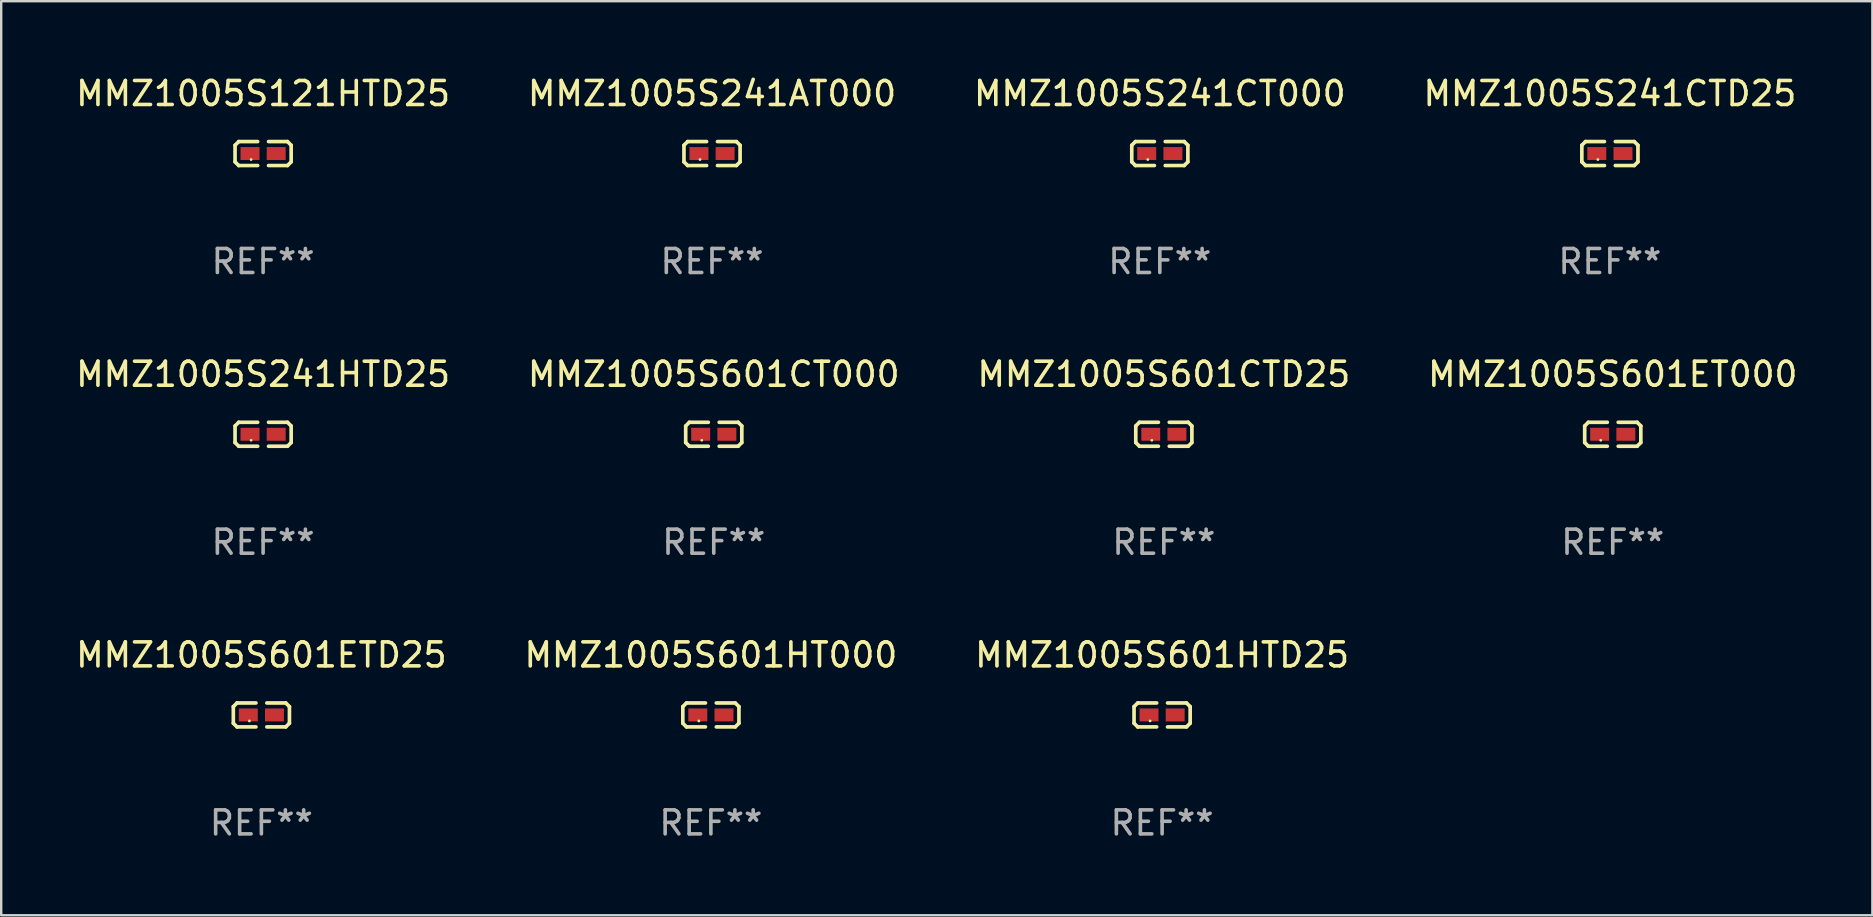
<source format=kicad_pcb>
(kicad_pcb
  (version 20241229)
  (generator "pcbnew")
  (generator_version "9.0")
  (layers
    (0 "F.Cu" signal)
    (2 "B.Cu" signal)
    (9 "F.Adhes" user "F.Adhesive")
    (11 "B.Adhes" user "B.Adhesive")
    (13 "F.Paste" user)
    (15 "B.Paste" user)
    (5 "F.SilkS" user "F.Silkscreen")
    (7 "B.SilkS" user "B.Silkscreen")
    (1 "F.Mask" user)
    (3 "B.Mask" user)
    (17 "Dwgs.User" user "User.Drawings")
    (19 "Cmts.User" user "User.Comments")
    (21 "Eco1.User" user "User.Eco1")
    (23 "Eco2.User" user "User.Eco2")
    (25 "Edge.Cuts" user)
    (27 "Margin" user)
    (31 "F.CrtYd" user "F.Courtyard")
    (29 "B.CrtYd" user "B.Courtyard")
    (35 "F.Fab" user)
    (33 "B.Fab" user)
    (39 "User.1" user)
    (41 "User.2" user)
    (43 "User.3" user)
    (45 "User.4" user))
  (footprint "MMZ1005S241HTD25"
    (layer "F.Cu")
    (at 7.911 15.041)
    (property "Reference" "MMZ1005S241HTD25" (at 0 -2.499 0) (layer "F.SilkS") (effects (font (size 1 1) (thickness 0.15))))
    (attr through_hole)
    (fp_line (start -1.169 -0.346) (end -1.016 -0.499) (stroke (width 0.152) (type solid)) (layer "F.SilkS"))
    (fp_line (start -1.169 0.346) (end -1.169 -0.346) (stroke (width 0.152) (type solid)) (layer "F.SilkS"))
    (fp_line (start -1.016 -0.499) (end -0.226 -0.499) (stroke (width 0.152) (type solid)) (layer "F.SilkS"))
    (fp_line (start -1.016 0.499) (end -1.169 0.346) (stroke (width 0.152) (type solid)) (layer "F.SilkS"))
    (fp_line (start -0.226 0.499) (end -1.016 0.499) (stroke (width 0.152) (type solid)) (layer "F.SilkS"))
    (fp_line (start 0.226 0.499) (end 1.016 0.499) (stroke (width 0.152) (type solid)) (layer "F.SilkS"))
    (fp_line (start 1.016 -0.499) (end 0.226 -0.499) (stroke (width 0.152) (type solid)) (layer "F.SilkS"))
    (fp_line (start 1.016 0.499) (end 1.169 0.346) (stroke (width 0.152) (type solid)) (layer "F.SilkS"))
    (fp_line (start 1.169 -0.346) (end 1.016 -0.499) (stroke (width 0.152) (type solid)) (layer "F.SilkS"))
    (fp_line (start 1.169 0.346) (end 1.169 -0.346) (stroke (width 0.152) (type solid)) (layer "F.SilkS"))
    (fp_circle (center -0.5 0.25) (end -0.47 0.25) (stroke (width 0.06) (type solid)) (fill no) (layer "F.SilkS"))
    (fp_text user "REF**" (at 0 4.499 0) (layer "F.Fab") (effects (font (size 1 1) (thickness 0.15))))
    (pad "1" smd rect (at -0.545 0) (size 0.79 0.54) (layers "F.Cu" "F.Mask" "F.Paste"))
    (pad "2" smd rect (at 0.545 0) (size 0.79 0.54) (layers "F.Cu" "F.Mask" "F.Paste")))
  (footprint "MMZ1005S601CT000"
    (layer "F.Cu")
    (at 26.685 15.041)
    (property "Reference" "MMZ1005S601CT000" (at 0 -2.499 0) (layer "F.SilkS") (effects (font (size 1 1) (thickness 0.15))))
    (attr through_hole)
    (fp_line (start -1.169 -0.346) (end -1.016 -0.499) (stroke (width 0.152) (type solid)) (layer "F.SilkS"))
    (fp_line (start -1.169 0.346) (end -1.169 -0.346) (stroke (width 0.152) (type solid)) (layer "F.SilkS"))
    (fp_line (start -1.016 -0.499) (end -0.226 -0.499) (stroke (width 0.152) (type solid)) (layer "F.SilkS"))
    (fp_line (start -1.016 0.499) (end -1.169 0.346) (stroke (width 0.152) (type solid)) (layer "F.SilkS"))
    (fp_line (start -0.226 0.499) (end -1.016 0.499) (stroke (width 0.152) (type solid)) (layer "F.SilkS"))
    (fp_line (start 0.226 0.499) (end 1.016 0.499) (stroke (width 0.152) (type solid)) (layer "F.SilkS"))
    (fp_line (start 1.016 -0.499) (end 0.226 -0.499) (stroke (width 0.152) (type solid)) (layer "F.SilkS"))
    (fp_line (start 1.016 0.499) (end 1.169 0.346) (stroke (width 0.152) (type solid)) (layer "F.SilkS"))
    (fp_line (start 1.169 -0.346) (end 1.016 -0.499) (stroke (width 0.152) (type solid)) (layer "F.SilkS"))
    (fp_line (start 1.169 0.346) (end 1.169 -0.346) (stroke (width 0.152) (type solid)) (layer "F.SilkS"))
    (fp_circle (center -0.5 0.25) (end -0.47 0.25) (stroke (width 0.06) (type solid)) (fill no) (layer "F.SilkS"))
    (fp_text user "REF**" (at 0 4.499 0) (layer "F.Fab") (effects (font (size 1 1) (thickness 0.15))))
    (pad "1" smd rect (at -0.545 0) (size 0.79 0.54) (layers "F.Cu" "F.Mask" "F.Paste"))
    (pad "2" smd rect (at 0.545 0) (size 0.79 0.54) (layers "F.Cu" "F.Mask" "F.Paste")))
  (footprint "MMZ1005S601ET000"
    (layer "F.Cu")
    (at 64.137 15.041)
    (property "Reference" "MMZ1005S601ET000" (at 0 -2.499 0) (layer "F.SilkS") (effects (font (size 1 1) (thickness 0.15))))
    (attr through_hole)
    (fp_line (start -1.169 -0.346) (end -1.016 -0.499) (stroke (width 0.152) (type solid)) (layer "F.SilkS"))
    (fp_line (start -1.169 0.346) (end -1.169 -0.346) (stroke (width 0.152) (type solid)) (layer "F.SilkS"))
    (fp_line (start -1.016 -0.499) (end -0.226 -0.499) (stroke (width 0.152) (type solid)) (layer "F.SilkS"))
    (fp_line (start -1.016 0.499) (end -1.169 0.346) (stroke (width 0.152) (type solid)) (layer "F.SilkS"))
    (fp_line (start -0.226 0.499) (end -1.016 0.499) (stroke (width 0.152) (type solid)) (layer "F.SilkS"))
    (fp_line (start 0.226 0.499) (end 1.016 0.499) (stroke (width 0.152) (type solid)) (layer "F.SilkS"))
    (fp_line (start 1.016 -0.499) (end 0.226 -0.499) (stroke (width 0.152) (type solid)) (layer "F.SilkS"))
    (fp_line (start 1.016 0.499) (end 1.169 0.346) (stroke (width 0.152) (type solid)) (layer "F.SilkS"))
    (fp_line (start 1.169 -0.346) (end 1.016 -0.499) (stroke (width 0.152) (type solid)) (layer "F.SilkS"))
    (fp_line (start 1.169 0.346) (end 1.169 -0.346) (stroke (width 0.152) (type solid)) (layer "F.SilkS"))
    (fp_circle (center -0.5 0.25) (end -0.47 0.25) (stroke (width 0.06) (type solid)) (fill no) (layer "F.SilkS"))
    (fp_text user "REF**" (at 0 4.499 0) (layer "F.Fab") (effects (font (size 1 1) (thickness 0.15))))
    (pad "1" smd rect (at -0.545 0) (size 0.79 0.54) (layers "F.Cu" "F.Mask" "F.Paste"))
    (pad "2" smd rect (at 0.545 0) (size 0.79 0.54) (layers "F.Cu" "F.Mask" "F.Paste")))
  (footprint "MMZ1005S121HTD25"
    (layer "F.Cu")
    (at 7.911 3.347)
    (property "Reference" "MMZ1005S121HTD25" (at 0 -2.499 0) (layer "F.SilkS") (effects (font (size 1 1) (thickness 0.15))))
    (attr through_hole)
    (fp_line (start -1.169 -0.346) (end -1.016 -0.499) (stroke (width 0.152) (type solid)) (layer "F.SilkS"))
    (fp_line (start -1.169 0.346) (end -1.169 -0.346) (stroke (width 0.152) (type solid)) (layer "F.SilkS"))
    (fp_line (start -1.016 -0.499) (end -0.226 -0.499) (stroke (width 0.152) (type solid)) (layer "F.SilkS"))
    (fp_line (start -1.016 0.499) (end -1.169 0.346) (stroke (width 0.152) (type solid)) (layer "F.SilkS"))
    (fp_line (start -0.226 0.499) (end -1.016 0.499) (stroke (width 0.152) (type solid)) (layer "F.SilkS"))
    (fp_line (start 0.226 0.499) (end 1.016 0.499) (stroke (width 0.152) (type solid)) (layer "F.SilkS"))
    (fp_line (start 1.016 -0.499) (end 0.226 -0.499) (stroke (width 0.152) (type solid)) (layer "F.SilkS"))
    (fp_line (start 1.016 0.499) (end 1.169 0.346) (stroke (width 0.152) (type solid)) (layer "F.SilkS"))
    (fp_line (start 1.169 -0.346) (end 1.016 -0.499) (stroke (width 0.152) (type solid)) (layer "F.SilkS"))
    (fp_line (start 1.169 0.346) (end 1.169 -0.346) (stroke (width 0.152) (type solid)) (layer "F.SilkS"))
    (fp_circle (center -0.5 0.25) (end -0.47 0.25) (stroke (width 0.06) (type solid)) (fill no) (layer "F.SilkS"))
    (fp_text user "REF**" (at 0 4.499 0) (layer "F.Fab") (effects (font (size 1 1) (thickness 0.15))))
    (pad "1" smd rect (at -0.545 0) (size 0.79 0.54) (layers "F.Cu" "F.Mask" "F.Paste"))
    (pad "2" smd rect (at 0.545 0) (size 0.79 0.54) (layers "F.Cu" "F.Mask" "F.Paste")))
  (footprint "MMZ1005S241AT000"
    (layer "F.Cu")
    (at 26.613 3.347)
    (property "Reference" "MMZ1005S241AT000" (at 0 -2.499 0) (layer "F.SilkS") (effects (font (size 1 1) (thickness 0.15))))
    (attr through_hole)
    (fp_line (start -1.169 -0.346) (end -1.016 -0.499) (stroke (width 0.152) (type solid)) (layer "F.SilkS"))
    (fp_line (start -1.169 0.346) (end -1.169 -0.346) (stroke (width 0.152) (type solid)) (layer "F.SilkS"))
    (fp_line (start -1.016 -0.499) (end -0.226 -0.499) (stroke (width 0.152) (type solid)) (layer "F.SilkS"))
    (fp_line (start -1.016 0.499) (end -1.169 0.346) (stroke (width 0.152) (type solid)) (layer "F.SilkS"))
    (fp_line (start -0.226 0.499) (end -1.016 0.499) (stroke (width 0.152) (type solid)) (layer "F.SilkS"))
    (fp_line (start 0.226 0.499) (end 1.016 0.499) (stroke (width 0.152) (type solid)) (layer "F.SilkS"))
    (fp_line (start 1.016 -0.499) (end 0.226 -0.499) (stroke (width 0.152) (type solid)) (layer "F.SilkS"))
    (fp_line (start 1.016 0.499) (end 1.169 0.346) (stroke (width 0.152) (type solid)) (layer "F.SilkS"))
    (fp_line (start 1.169 -0.346) (end 1.016 -0.499) (stroke (width 0.152) (type solid)) (layer "F.SilkS"))
    (fp_line (start 1.169 0.346) (end 1.169 -0.346) (stroke (width 0.152) (type solid)) (layer "F.SilkS"))
    (fp_circle (center -0.5 0.25) (end -0.47 0.25) (stroke (width 0.06) (type solid)) (fill no) (layer "F.SilkS"))
    (fp_text user "REF**" (at 0 4.499 0) (layer "F.Fab") (effects (font (size 1 1) (thickness 0.15))))
    (pad "1" smd rect (at -0.545 0) (size 0.79 0.54) (layers "F.Cu" "F.Mask" "F.Paste"))
    (pad "2" smd rect (at 0.545 0) (size 0.79 0.54) (layers "F.Cu" "F.Mask" "F.Paste")))
  (footprint "MMZ1005S241CTD25"
    (layer "F.Cu")
    (at 64.018 3.347)
    (property "Reference" "MMZ1005S241CTD25" (at 0 -2.499 0) (layer "F.SilkS") (effects (font (size 1 1) (thickness 0.15))))
    (attr through_hole)
    (fp_line (start -1.169 -0.346) (end -1.016 -0.499) (stroke (width 0.152) (type solid)) (layer "F.SilkS"))
    (fp_line (start -1.169 0.346) (end -1.169 -0.346) (stroke (width 0.152) (type solid)) (layer "F.SilkS"))
    (fp_line (start -1.016 -0.499) (end -0.226 -0.499) (stroke (width 0.152) (type solid)) (layer "F.SilkS"))
    (fp_line (start -1.016 0.499) (end -1.169 0.346) (stroke (width 0.152) (type solid)) (layer "F.SilkS"))
    (fp_line (start -0.226 0.499) (end -1.016 0.499) (stroke (width 0.152) (type solid)) (layer "F.SilkS"))
    (fp_line (start 0.226 0.499) (end 1.016 0.499) (stroke (width 0.152) (type solid)) (layer "F.SilkS"))
    (fp_line (start 1.016 -0.499) (end 0.226 -0.499) (stroke (width 0.152) (type solid)) (layer "F.SilkS"))
    (fp_line (start 1.016 0.499) (end 1.169 0.346) (stroke (width 0.152) (type solid)) (layer "F.SilkS"))
    (fp_line (start 1.169 -0.346) (end 1.016 -0.499) (stroke (width 0.152) (type solid)) (layer "F.SilkS"))
    (fp_line (start 1.169 0.346) (end 1.169 -0.346) (stroke (width 0.152) (type solid)) (layer "F.SilkS"))
    (fp_circle (center -0.5 0.25) (end -0.47 0.25) (stroke (width 0.06) (type solid)) (fill no) (layer "F.SilkS"))
    (fp_text user "REF**" (at 0 4.499 0) (layer "F.Fab") (effects (font (size 1 1) (thickness 0.15))))
    (pad "1" smd rect (at -0.545 0) (size 0.79 0.54) (layers "F.Cu" "F.Mask" "F.Paste"))
    (pad "2" smd rect (at 0.545 0) (size 0.79 0.54) (layers "F.Cu" "F.Mask" "F.Paste")))
  (footprint "MMZ1005S601HTD25"
    (layer "F.Cu")
    (at 45.363 26.734)
    (property "Reference" "MMZ1005S601HTD25" (at 0 -2.499 0) (layer "F.SilkS") (effects (font (size 1 1) (thickness 0.15))))
    (attr through_hole)
    (fp_line (start -1.169 -0.346) (end -1.016 -0.499) (stroke (width 0.152) (type solid)) (layer "F.SilkS"))
    (fp_line (start -1.169 0.346) (end -1.169 -0.346) (stroke (width 0.152) (type solid)) (layer "F.SilkS"))
    (fp_line (start -1.016 -0.499) (end -0.226 -0.499) (stroke (width 0.152) (type solid)) (layer "F.SilkS"))
    (fp_line (start -1.016 0.499) (end -1.169 0.346) (stroke (width 0.152) (type solid)) (layer "F.SilkS"))
    (fp_line (start -0.226 0.499) (end -1.016 0.499) (stroke (width 0.152) (type solid)) (layer "F.SilkS"))
    (fp_line (start 0.226 0.499) (end 1.016 0.499) (stroke (width 0.152) (type solid)) (layer "F.SilkS"))
    (fp_line (start 1.016 -0.499) (end 0.226 -0.499) (stroke (width 0.152) (type solid)) (layer "F.SilkS"))
    (fp_line (start 1.016 0.499) (end 1.169 0.346) (stroke (width 0.152) (type solid)) (layer "F.SilkS"))
    (fp_line (start 1.169 -0.346) (end 1.016 -0.499) (stroke (width 0.152) (type solid)) (layer "F.SilkS"))
    (fp_line (start 1.169 0.346) (end 1.169 -0.346) (stroke (width 0.152) (type solid)) (layer "F.SilkS"))
    (fp_circle (center -0.5 0.25) (end -0.47 0.25) (stroke (width 0.06) (type solid)) (fill no) (layer "F.SilkS"))
    (fp_text user "REF**" (at 0 4.499 0) (layer "F.Fab") (effects (font (size 1 1) (thickness 0.15))))
    (pad "1" smd rect (at -0.545 0) (size 0.79 0.54) (layers "F.Cu" "F.Mask" "F.Paste"))
    (pad "2" smd rect (at 0.545 0) (size 0.79 0.54) (layers "F.Cu" "F.Mask" "F.Paste")))
  (footprint "MMZ1005S601HT000"
    (layer "F.Cu")
    (at 26.565 26.734)
    (property "Reference" "MMZ1005S601HT000" (at 0 -2.499 0) (layer "F.SilkS") (effects (font (size 1 1) (thickness 0.15))))
    (attr through_hole)
    (fp_line (start -1.169 -0.346) (end -1.016 -0.499) (stroke (width 0.152) (type solid)) (layer "F.SilkS"))
    (fp_line (start -1.169 0.346) (end -1.169 -0.346) (stroke (width 0.152) (type solid)) (layer "F.SilkS"))
    (fp_line (start -1.016 -0.499) (end -0.226 -0.499) (stroke (width 0.152) (type solid)) (layer "F.SilkS"))
    (fp_line (start -1.016 0.499) (end -1.169 0.346) (stroke (width 0.152) (type solid)) (layer "F.SilkS"))
    (fp_line (start -0.226 0.499) (end -1.016 0.499) (stroke (width 0.152) (type solid)) (layer "F.SilkS"))
    (fp_line (start 0.226 0.499) (end 1.016 0.499) (stroke (width 0.152) (type solid)) (layer "F.SilkS"))
    (fp_line (start 1.016 -0.499) (end 0.226 -0.499) (stroke (width 0.152) (type solid)) (layer "F.SilkS"))
    (fp_line (start 1.016 0.499) (end 1.169 0.346) (stroke (width 0.152) (type solid)) (layer "F.SilkS"))
    (fp_line (start 1.169 -0.346) (end 1.016 -0.499) (stroke (width 0.152) (type solid)) (layer "F.SilkS"))
    (fp_line (start 1.169 0.346) (end 1.169 -0.346) (stroke (width 0.152) (type solid)) (layer "F.SilkS"))
    (fp_circle (center -0.5 0.25) (end -0.47 0.25) (stroke (width 0.06) (type solid)) (fill no) (layer "F.SilkS"))
    (fp_text user "REF**" (at 0 4.499 0) (layer "F.Fab") (effects (font (size 1 1) (thickness 0.15))))
    (pad "1" smd rect (at -0.545 0) (size 0.79 0.54) (layers "F.Cu" "F.Mask" "F.Paste"))
    (pad "2" smd rect (at 0.545 0) (size 0.79 0.54) (layers "F.Cu" "F.Mask" "F.Paste")))
  (footprint "MMZ1005S241CT000"
    (layer "F.Cu")
    (at 45.268 3.347)
    (property "Reference" "MMZ1005S241CT000" (at 0 -2.499 0) (layer "F.SilkS") (effects (font (size 1 1) (thickness 0.15))))
    (attr through_hole)
    (fp_line (start -1.169 -0.346) (end -1.016 -0.499) (stroke (width 0.152) (type solid)) (layer "F.SilkS"))
    (fp_line (start -1.169 0.346) (end -1.169 -0.346) (stroke (width 0.152) (type solid)) (layer "F.SilkS"))
    (fp_line (start -1.016 -0.499) (end -0.226 -0.499) (stroke (width 0.152) (type solid)) (layer "F.SilkS"))
    (fp_line (start -1.016 0.499) (end -1.169 0.346) (stroke (width 0.152) (type solid)) (layer "F.SilkS"))
    (fp_line (start -0.226 0.499) (end -1.016 0.499) (stroke (width 0.152) (type solid)) (layer "F.SilkS"))
    (fp_line (start 0.226 0.499) (end 1.016 0.499) (stroke (width 0.152) (type solid)) (layer "F.SilkS"))
    (fp_line (start 1.016 -0.499) (end 0.226 -0.499) (stroke (width 0.152) (type solid)) (layer "F.SilkS"))
    (fp_line (start 1.016 0.499) (end 1.169 0.346) (stroke (width 0.152) (type solid)) (layer "F.SilkS"))
    (fp_line (start 1.169 -0.346) (end 1.016 -0.499) (stroke (width 0.152) (type solid)) (layer "F.SilkS"))
    (fp_line (start 1.169 0.346) (end 1.169 -0.346) (stroke (width 0.152) (type solid)) (layer "F.SilkS"))
    (fp_circle (center -0.5 0.25) (end -0.47 0.25) (stroke (width 0.06) (type solid)) (fill no) (layer "F.SilkS"))
    (fp_text user "REF**" (at 0 4.499 0) (layer "F.Fab") (effects (font (size 1 1) (thickness 0.15))))
    (pad "1" smd rect (at -0.545 0) (size 0.79 0.54) (layers "F.Cu" "F.Mask" "F.Paste"))
    (pad "2" smd rect (at 0.545 0) (size 0.79 0.54) (layers "F.Cu" "F.Mask" "F.Paste")))
  (footprint "MMZ1005S601ETD25"
    (layer "F.Cu")
    (at 7.839 26.734)
    (property "Reference" "MMZ1005S601ETD25" (at 0 -2.499 0) (layer "F.SilkS") (effects (font (size 1 1) (thickness 0.15))))
    (attr through_hole)
    (fp_line (start -1.169 -0.346) (end -1.016 -0.499) (stroke (width 0.152) (type solid)) (layer "F.SilkS"))
    (fp_line (start -1.169 0.346) (end -1.169 -0.346) (stroke (width 0.152) (type solid)) (layer "F.SilkS"))
    (fp_line (start -1.016 -0.499) (end -0.226 -0.499) (stroke (width 0.152) (type solid)) (layer "F.SilkS"))
    (fp_line (start -1.016 0.499) (end -1.169 0.346) (stroke (width 0.152) (type solid)) (layer "F.SilkS"))
    (fp_line (start -0.226 0.499) (end -1.016 0.499) (stroke (width 0.152) (type solid)) (layer "F.SilkS"))
    (fp_line (start 0.226 0.499) (end 1.016 0.499) (stroke (width 0.152) (type solid)) (layer "F.SilkS"))
    (fp_line (start 1.016 -0.499) (end 0.226 -0.499) (stroke (width 0.152) (type solid)) (layer "F.SilkS"))
    (fp_line (start 1.016 0.499) (end 1.169 0.346) (stroke (width 0.152) (type solid)) (layer "F.SilkS"))
    (fp_line (start 1.169 -0.346) (end 1.016 -0.499) (stroke (width 0.152) (type solid)) (layer "F.SilkS"))
    (fp_line (start 1.169 0.346) (end 1.169 -0.346) (stroke (width 0.152) (type solid)) (layer "F.SilkS"))
    (fp_circle (center -0.5 0.25) (end -0.47 0.25) (stroke (width 0.06) (type solid)) (fill no) (layer "F.SilkS"))
    (fp_text user "REF**" (at 0 4.499 0) (layer "F.Fab") (effects (font (size 1 1) (thickness 0.15))))
    (pad "1" smd rect (at -0.545 0) (size 0.79 0.54) (layers "F.Cu" "F.Mask" "F.Paste"))
    (pad "2" smd rect (at 0.545 0) (size 0.79 0.54) (layers "F.Cu" "F.Mask" "F.Paste")))
  (footprint "MMZ1005S601CTD25"
    (layer "F.Cu")
    (at 45.435 15.041)
    (property "Reference" "MMZ1005S601CTD25" (at 0 -2.499 0) (layer "F.SilkS") (effects (font (size 1 1) (thickness 0.15))))
    (attr through_hole)
    (fp_line (start -1.169 -0.346) (end -1.016 -0.499) (stroke (width 0.152) (type solid)) (layer "F.SilkS"))
    (fp_line (start -1.169 0.346) (end -1.169 -0.346) (stroke (width 0.152) (type solid)) (layer "F.SilkS"))
    (fp_line (start -1.016 -0.499) (end -0.226 -0.499) (stroke (width 0.152) (type solid)) (layer "F.SilkS"))
    (fp_line (start -1.016 0.499) (end -1.169 0.346) (stroke (width 0.152) (type solid)) (layer "F.SilkS"))
    (fp_line (start -0.226 0.499) (end -1.016 0.499) (stroke (width 0.152) (type solid)) (layer "F.SilkS"))
    (fp_line (start 0.226 0.499) (end 1.016 0.499) (stroke (width 0.152) (type solid)) (layer "F.SilkS"))
    (fp_line (start 1.016 -0.499) (end 0.226 -0.499) (stroke (width 0.152) (type solid)) (layer "F.SilkS"))
    (fp_line (start 1.016 0.499) (end 1.169 0.346) (stroke (width 0.152) (type solid)) (layer "F.SilkS"))
    (fp_line (start 1.169 -0.346) (end 1.016 -0.499) (stroke (width 0.152) (type solid)) (layer "F.SilkS"))
    (fp_line (start 1.169 0.346) (end 1.169 -0.346) (stroke (width 0.152) (type solid)) (layer "F.SilkS"))
    (fp_circle (center -0.5 0.25) (end -0.47 0.25) (stroke (width 0.06) (type solid)) (fill no) (layer "F.SilkS"))
    (fp_text user "REF**" (at 0 4.499 0) (layer "F.Fab") (effects (font (size 1 1) (thickness 0.15))))
    (pad "1" smd rect (at -0.545 0) (size 0.79 0.54) (layers "F.Cu" "F.Mask" "F.Paste"))
    (pad "2" smd rect (at 0.545 0) (size 0.79 0.54) (layers "F.Cu" "F.Mask" "F.Paste")))
  (gr_rect
    (start -3 -3)
    (end 74.952 35.081)
    (stroke (width 0.1) (type default))
    (fill no)
    (layer "Edge.Cuts")))
</source>
